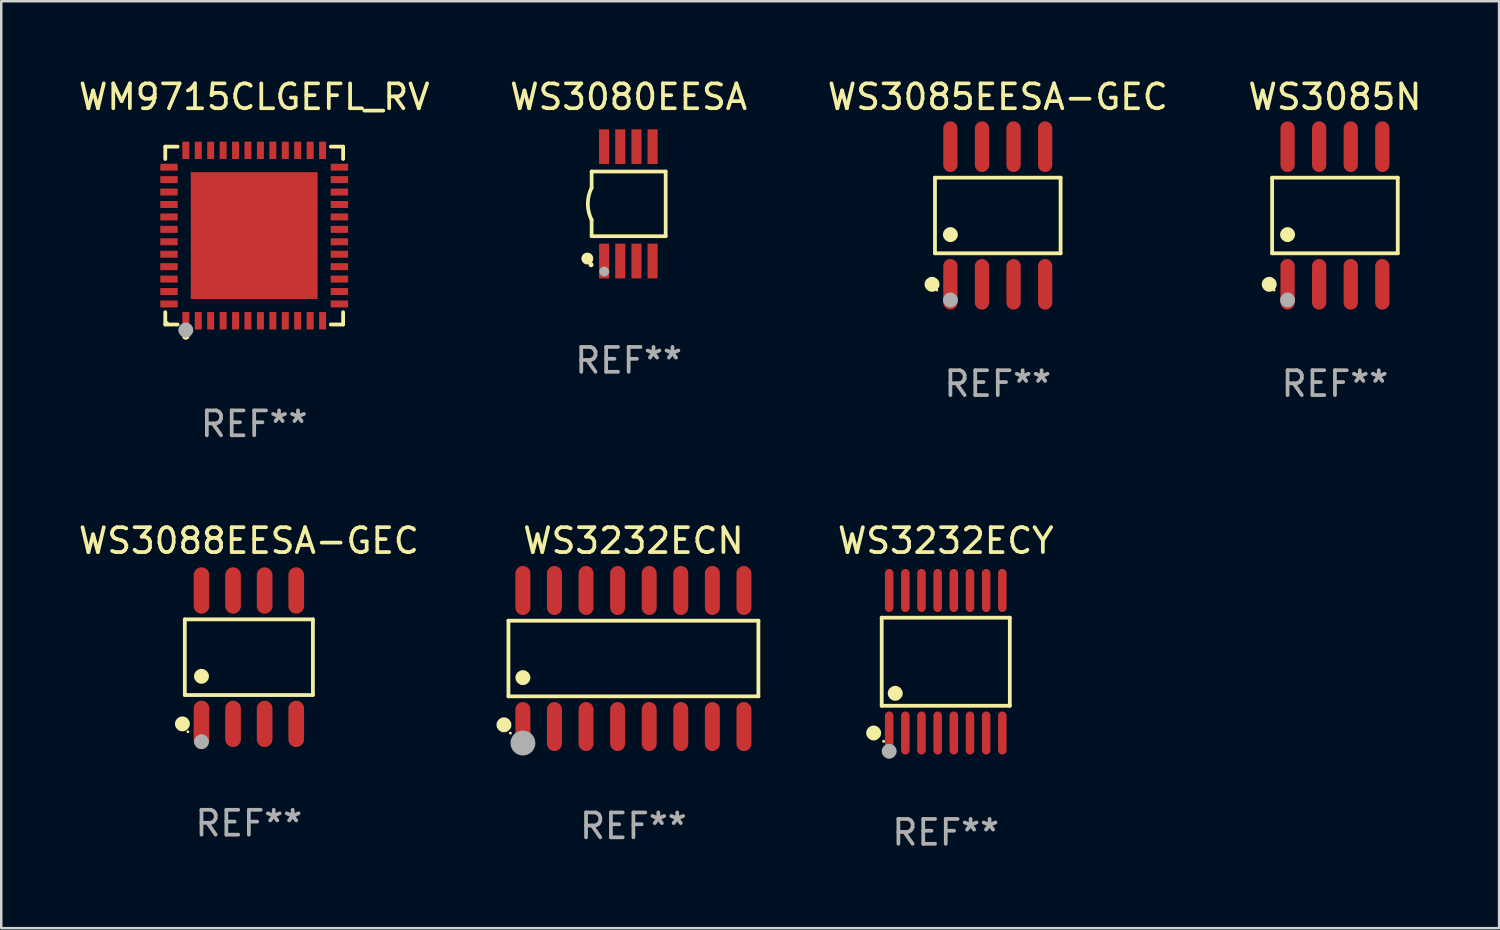
<source format=kicad_pcb>
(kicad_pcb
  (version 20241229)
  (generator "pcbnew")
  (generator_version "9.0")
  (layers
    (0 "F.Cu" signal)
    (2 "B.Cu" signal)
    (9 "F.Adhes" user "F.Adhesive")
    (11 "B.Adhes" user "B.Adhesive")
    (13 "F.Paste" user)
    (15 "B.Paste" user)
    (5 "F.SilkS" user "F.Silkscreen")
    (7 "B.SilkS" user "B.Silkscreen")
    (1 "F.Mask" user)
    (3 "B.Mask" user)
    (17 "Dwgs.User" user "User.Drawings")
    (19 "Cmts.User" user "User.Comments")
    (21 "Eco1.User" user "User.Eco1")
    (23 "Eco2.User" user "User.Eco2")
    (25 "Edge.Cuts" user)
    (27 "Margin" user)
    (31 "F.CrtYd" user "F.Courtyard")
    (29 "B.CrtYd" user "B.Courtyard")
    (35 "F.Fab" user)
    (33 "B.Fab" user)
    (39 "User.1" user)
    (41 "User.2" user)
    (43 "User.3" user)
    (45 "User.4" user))
  (footprint "WM9715CLGEFL_RV"
    (layer "F.Cu")
    (at 7.173 6.424)
    (property "Reference" "WM9715CLGEFL_RV" (at 0 -5.576 0) (layer "F.SilkS") (effects (font (size 1 1) (thickness 0.15))))
    (attr through_hole)
    (fp_line (start -3.576 -3.576) (end -3.081 -3.576) (stroke (width 0.152) (type solid)) (layer "F.SilkS"))
    (fp_line (start -3.576 -3.081) (end -3.576 -3.576) (stroke (width 0.152) (type solid)) (layer "F.SilkS"))
    (fp_line (start -3.576 3.081) (end -3.576 3.576) (stroke (width 0.152) (type solid)) (layer "F.SilkS"))
    (fp_line (start -3.576 3.576) (end -3.081 3.576) (stroke (width 0.152) (type solid)) (layer "F.SilkS"))
    (fp_line (start 3.576 -3.576) (end 3.081 -3.576) (stroke (width 0.152) (type solid)) (layer "F.SilkS"))
    (fp_line (start 3.576 -3.081) (end 3.576 -3.576) (stroke (width 0.152) (type solid)) (layer "F.SilkS"))
    (fp_line (start 3.576 3.081) (end 3.576 3.576) (stroke (width 0.152) (type solid)) (layer "F.SilkS"))
    (fp_line (start 3.576 3.576) (end 3.081 3.576) (stroke (width 0.152) (type solid)) (layer "F.SilkS"))
    (fp_circle (center -3.5 3.5) (end -3.47 3.5) (stroke (width 0.06) (type solid)) (fill no) (layer "F.SilkS"))
    (fp_circle (center -2.75 4.04) (end -2.675 4.04) (stroke (width 0.15) (type solid)) (fill no) (layer "F.SilkS"))
    (fp_circle (center -2.75 3.8) (end -2.6 3.8) (stroke (width 0.3) (type solid)) (fill no) (layer "F.Fab"))
    (fp_text user "REF**" (at 0 7.576 0) (layer "F.Fab") (effects (font (size 1 1) (thickness 0.15))))
    (pad "1" smd rect (at -2.75 3.427) (size 0.28 0.7) (layers "F.Cu" "F.Mask" "F.Paste"))
    (pad "2" smd rect (at -2.25 3.427) (size 0.28 0.7) (layers "F.Cu" "F.Mask" "F.Paste"))
    (pad "3" smd rect (at -1.75 3.427) (size 0.28 0.7) (layers "F.Cu" "F.Mask" "F.Paste"))
    (pad "4" smd rect (at -1.25 3.427) (size 0.28 0.7) (layers "F.Cu" "F.Mask" "F.Paste"))
    (pad "5" smd rect (at -0.75 3.427) (size 0.28 0.7) (layers "F.Cu" "F.Mask" "F.Paste"))
    (pad "6" smd rect (at -0.25 3.427) (size 0.28 0.7) (layers "F.Cu" "F.Mask" "F.Paste"))
    (pad "7" smd rect (at 0.25 3.427) (size 0.28 0.7) (layers "F.Cu" "F.Mask" "F.Paste"))
    (pad "8" smd rect (at 0.75 3.427) (size 0.28 0.7) (layers "F.Cu" "F.Mask" "F.Paste"))
    (pad "9" smd rect (at 1.25 3.427) (size 0.28 0.7) (layers "F.Cu" "F.Mask" "F.Paste"))
    (pad "10" smd rect (at 1.75 3.427) (size 0.28 0.7) (layers "F.Cu" "F.Mask" "F.Paste"))
    (pad "11" smd rect (at 2.25 3.427) (size 0.28 0.7) (layers "F.Cu" "F.Mask" "F.Paste"))
    (pad "12" smd rect (at 2.75 3.427) (size 0.28 0.7) (layers "F.Cu" "F.Mask" "F.Paste"))
    (pad "13" smd rect (at 3.427 2.75) (size 0.7 0.28) (layers "F.Cu" "F.Mask" "F.Paste"))
    (pad "14" smd rect (at 3.427 2.25) (size 0.7 0.28) (layers "F.Cu" "F.Mask" "F.Paste"))
    (pad "15" smd rect (at 3.427 1.75) (size 0.7 0.28) (layers "F.Cu" "F.Mask" "F.Paste"))
    (pad "16" smd rect (at 3.427 1.25) (size 0.7 0.28) (layers "F.Cu" "F.Mask" "F.Paste"))
    (pad "17" smd rect (at 3.427 0.75) (size 0.7 0.28) (layers "F.Cu" "F.Mask" "F.Paste"))
    (pad "18" smd rect (at 3.427 0.25) (size 0.7 0.28) (layers "F.Cu" "F.Mask" "F.Paste"))
    (pad "19" smd rect (at 3.427 -0.25) (size 0.7 0.28) (layers "F.Cu" "F.Mask" "F.Paste"))
    (pad "20" smd rect (at 3.427 -0.75) (size 0.7 0.28) (layers "F.Cu" "F.Mask" "F.Paste"))
    (pad "21" smd rect (at 3.427 -1.25) (size 0.7 0.28) (layers "F.Cu" "F.Mask" "F.Paste"))
    (pad "22" smd rect (at 3.427 -1.75) (size 0.7 0.28) (layers "F.Cu" "F.Mask" "F.Paste"))
    (pad "23" smd rect (at 3.427 -2.25) (size 0.7 0.28) (layers "F.Cu" "F.Mask" "F.Paste"))
    (pad "24" smd rect (at 3.427 -2.75) (size 0.7 0.28) (layers "F.Cu" "F.Mask" "F.Paste"))
    (pad "25" smd rect (at 2.75 -3.427) (size 0.28 0.7) (layers "F.Cu" "F.Mask" "F.Paste"))
    (pad "26" smd rect (at 2.25 -3.427) (size 0.28 0.7) (layers "F.Cu" "F.Mask" "F.Paste"))
    (pad "27" smd rect (at 1.75 -3.427) (size 0.28 0.7) (layers "F.Cu" "F.Mask" "F.Paste"))
    (pad "28" smd rect (at 1.25 -3.427) (size 0.28 0.7) (layers "F.Cu" "F.Mask" "F.Paste"))
    (pad "29" smd rect (at 0.75 -3.427) (size 0.28 0.7) (layers "F.Cu" "F.Mask" "F.Paste"))
    (pad "30" smd rect (at 0.25 -3.427) (size 0.28 0.7) (layers "F.Cu" "F.Mask" "F.Paste"))
    (pad "31" smd rect (at -0.25 -3.427) (size 0.28 0.7) (layers "F.Cu" "F.Mask" "F.Paste"))
    (pad "32" smd rect (at -0.75 -3.427) (size 0.28 0.7) (layers "F.Cu" "F.Mask" "F.Paste"))
    (pad "33" smd rect (at -1.25 -3.427) (size 0.28 0.7) (layers "F.Cu" "F.Mask" "F.Paste"))
    (pad "34" smd rect (at -1.75 -3.427) (size 0.28 0.7) (layers "F.Cu" "F.Mask" "F.Paste"))
    (pad "35" smd rect (at -2.25 -3.427) (size 0.28 0.7) (layers "F.Cu" "F.Mask" "F.Paste"))
    (pad "36" smd rect (at -2.75 -3.427) (size 0.28 0.7) (layers "F.Cu" "F.Mask" "F.Paste"))
    (pad "37" smd rect (at -3.427 -2.75) (size 0.7 0.28) (layers "F.Cu" "F.Mask" "F.Paste"))
    (pad "38" smd rect (at -3.427 -2.25) (size 0.7 0.28) (layers "F.Cu" "F.Mask" "F.Paste"))
    (pad "39" smd rect (at -3.427 -1.75) (size 0.7 0.28) (layers "F.Cu" "F.Mask" "F.Paste"))
    (pad "40" smd rect (at -3.427 -1.25) (size 0.7 0.28) (layers "F.Cu" "F.Mask" "F.Paste"))
    (pad "41" smd rect (at -3.427 -0.75) (size 0.7 0.28) (layers "F.Cu" "F.Mask" "F.Paste"))
    (pad "42" smd rect (at -3.427 -0.25) (size 0.7 0.28) (layers "F.Cu" "F.Mask" "F.Paste"))
    (pad "43" smd rect (at -3.427 0.25) (size 0.7 0.28) (layers "F.Cu" "F.Mask" "F.Paste"))
    (pad "44" smd rect (at -3.427 0.75) (size 0.7 0.28) (layers "F.Cu" "F.Mask" "F.Paste"))
    (pad "45" smd rect (at -3.427 1.25) (size 0.7 0.28) (layers "F.Cu" "F.Mask" "F.Paste"))
    (pad "46" smd rect (at -3.427 1.75) (size 0.7 0.28) (layers "F.Cu" "F.Mask" "F.Paste"))
    (pad "47" smd rect (at -3.427 2.25) (size 0.7 0.28) (layers "F.Cu" "F.Mask" "F.Paste"))
    (pad "48" smd rect (at -3.427 2.75) (size 0.7 0.28) (layers "F.Cu" "F.Mask" "F.Paste"))
    (pad "49" smd rect (at 0 0) (size 5.1 5.1) (layers "F.Cu" "F.Mask" "F.Paste")))
  (footprint "WS3088EESA-GEC"
    (layer "F.Cu")
    (at 6.958 23.38)
    (property "Reference" "WS3088EESA-GEC" (at 0 -4.682 0) (layer "F.SilkS") (effects (font (size 1 1) (thickness 0.15))))
    (attr through_hole)
    (fp_line (start -2.576 -1.521) (end 2.576 -1.521) (stroke (width 0.152) (type solid)) (layer "F.SilkS"))
    (fp_line (start -2.576 1.521) (end -2.576 -1.521) (stroke (width 0.152) (type solid)) (layer "F.SilkS"))
    (fp_line (start 2.576 -1.521) (end 2.576 1.521) (stroke (width 0.152) (type solid)) (layer "F.SilkS"))
    (fp_line (start 2.576 1.521) (end -2.576 1.521) (stroke (width 0.152) (type solid)) (layer "F.SilkS"))
    (fp_circle (center -2.672 2.682) (end -2.522 2.682) (stroke (width 0.3) (type solid)) (fill no) (layer "F.SilkS"))
    (fp_circle (center -2.45 3) (end -2.42 3) (stroke (width 0.06) (type solid)) (fill no) (layer "F.SilkS"))
    (fp_circle (center -1.905 0.769) (end -1.755 0.769) (stroke (width 0.3) (type solid)) (fill no) (layer "F.SilkS"))
    (fp_circle (center -1.905 3.4) (end -1.755 3.4) (stroke (width 0.3) (type solid)) (fill no) (layer "F.Fab"))
    (fp_text user "REF**" (at 0 6.682 0) (layer "F.Fab") (effects (font (size 1 1) (thickness 0.15))))
    (pad "1" smd oval (at -1.905 2.682) (size 0.63 1.865) (layers "F.Cu" "F.Mask" "F.Paste"))
    (pad "2" smd oval (at -0.635 2.682) (size 0.63 1.865) (layers "F.Cu" "F.Mask" "F.Paste"))
    (pad "3" smd oval (at 0.635 2.682) (size 0.63 1.865) (layers "F.Cu" "F.Mask" "F.Paste"))
    (pad "4" smd oval (at 1.905 2.682) (size 0.63 1.865) (layers "F.Cu" "F.Mask" "F.Paste"))
    (pad "5" smd oval (at 1.905 -2.682) (size 0.63 1.865) (layers "F.Cu" "F.Mask" "F.Paste"))
    (pad "6" smd oval (at 0.635 -2.682) (size 0.63 1.865) (layers "F.Cu" "F.Mask" "F.Paste"))
    (pad "7" smd oval (at -0.635 -2.682) (size 0.63 1.865) (layers "F.Cu" "F.Mask" "F.Paste"))
    (pad "8" smd oval (at -1.905 -2.682) (size 0.63 1.865) (layers "F.Cu" "F.Mask" "F.Paste")))
  (footprint "WS3085EESA-GEC"
    (layer "F.Cu")
    (at 37.077 5.616)
    (property "Reference" "WS3085EESA-GEC" (at 0 -4.768 0) (layer "F.SilkS") (effects (font (size 1 1) (thickness 0.15))))
    (attr through_hole)
    (fp_line (start -2.526 -1.521) (end 2.526 -1.521) (stroke (width 0.152) (type solid)) (layer "F.SilkS"))
    (fp_line (start -2.526 1.521) (end -2.526 -1.521) (stroke (width 0.152) (type solid)) (layer "F.SilkS"))
    (fp_line (start 2.526 -1.521) (end 2.526 1.521) (stroke (width 0.152) (type solid)) (layer "F.SilkS"))
    (fp_line (start 2.526 1.521) (end -2.526 1.521) (stroke (width 0.152) (type solid)) (layer "F.SilkS"))
    (fp_circle (center -2.644 2.768) (end -2.494 2.768) (stroke (width 0.3) (type solid)) (fill no) (layer "F.SilkS"))
    (fp_circle (center -2.45 2.998) (end -2.42 2.998) (stroke (width 0.06) (type solid)) (fill no) (layer "F.SilkS"))
    (fp_circle (center -1.905 0.769) (end -1.755 0.769) (stroke (width 0.3) (type solid)) (fill no) (layer "F.SilkS"))
    (fp_circle (center -1.905 3.398) (end -1.755 3.398) (stroke (width 0.3) (type solid)) (fill no) (layer "F.Fab"))
    (fp_text user "REF**" (at 0 6.768 0) (layer "F.Fab") (effects (font (size 1 1) (thickness 0.15))))
    (pad "1" smd oval (at -1.905 2.768) (size 0.574 2.036) (layers "F.Cu" "F.Mask" "F.Paste"))
    (pad "2" smd oval (at -0.635 2.768) (size 0.574 2.036) (layers "F.Cu" "F.Mask" "F.Paste"))
    (pad "3" smd oval (at 0.635 2.768) (size 0.574 2.036) (layers "F.Cu" "F.Mask" "F.Paste"))
    (pad "4" smd oval (at 1.905 2.768) (size 0.574 2.036) (layers "F.Cu" "F.Mask" "F.Paste"))
    (pad "5" smd oval (at 1.905 -2.768) (size 0.574 2.036) (layers "F.Cu" "F.Mask" "F.Paste"))
    (pad "6" smd oval (at 0.635 -2.768) (size 0.574 2.036) (layers "F.Cu" "F.Mask" "F.Paste"))
    (pad "7" smd oval (at -0.635 -2.768) (size 0.574 2.036) (layers "F.Cu" "F.Mask" "F.Paste"))
    (pad "8" smd oval (at -1.905 -2.768) (size 0.574 2.036) (layers "F.Cu" "F.Mask" "F.Paste")))
  (footprint "WS3085N"
    (layer "F.Cu")
    (at 50.637 5.616)
    (property "Reference" "WS3085N" (at 0 -4.768 0) (layer "F.SilkS") (effects (font (size 1 1) (thickness 0.15))))
    (attr through_hole)
    (fp_line (start -2.526 -1.521) (end 2.526 -1.521) (stroke (width 0.152) (type solid)) (layer "F.SilkS"))
    (fp_line (start -2.526 1.521) (end -2.526 -1.521) (stroke (width 0.152) (type solid)) (layer "F.SilkS"))
    (fp_line (start 2.526 -1.521) (end 2.526 1.521) (stroke (width 0.152) (type solid)) (layer "F.SilkS"))
    (fp_line (start 2.526 1.521) (end -2.526 1.521) (stroke (width 0.152) (type solid)) (layer "F.SilkS"))
    (fp_circle (center -2.644 2.768) (end -2.494 2.768) (stroke (width 0.3) (type solid)) (fill no) (layer "F.SilkS"))
    (fp_circle (center -2.45 2.998) (end -2.42 2.998) (stroke (width 0.06) (type solid)) (fill no) (layer "F.SilkS"))
    (fp_circle (center -1.905 0.769) (end -1.755 0.769) (stroke (width 0.3) (type solid)) (fill no) (layer "F.SilkS"))
    (fp_circle (center -1.905 3.398) (end -1.755 3.398) (stroke (width 0.3) (type solid)) (fill no) (layer "F.Fab"))
    (fp_text user "REF**" (at 0 6.768 0) (layer "F.Fab") (effects (font (size 1 1) (thickness 0.15))))
    (pad "1" smd oval (at -1.905 2.768) (size 0.574 2.036) (layers "F.Cu" "F.Mask" "F.Paste"))
    (pad "2" smd oval (at -0.635 2.768) (size 0.574 2.036) (layers "F.Cu" "F.Mask" "F.Paste"))
    (pad "3" smd oval (at 0.635 2.768) (size 0.574 2.036) (layers "F.Cu" "F.Mask" "F.Paste"))
    (pad "4" smd oval (at 1.905 2.768) (size 0.574 2.036) (layers "F.Cu" "F.Mask" "F.Paste"))
    (pad "5" smd oval (at 1.905 -2.768) (size 0.574 2.036) (layers "F.Cu" "F.Mask" "F.Paste"))
    (pad "6" smd oval (at 0.635 -2.768) (size 0.574 2.036) (layers "F.Cu" "F.Mask" "F.Paste"))
    (pad "7" smd oval (at -0.635 -2.768) (size 0.574 2.036) (layers "F.Cu" "F.Mask" "F.Paste"))
    (pad "8" smd oval (at -1.905 -2.768) (size 0.574 2.036) (layers "F.Cu" "F.Mask" "F.Paste")))
  (footprint "WS3080EESA"
    (layer "F.Cu")
    (at 22.232 5.148)
    (property "Reference" "WS3080EESA" (at 0 -4.3 0) (layer "F.SilkS") (effects (font (size 1 1) (thickness 0.15))))
    (attr through_hole)
    (fp_line (start -1.489 -1.3) (end -1.489 -0.648) (stroke (width 0.15) (type solid)) (layer "F.SilkS"))
    (fp_line (start -1.489 0.648) (end -1.489 1.3) (stroke (width 0.15) (type solid)) (layer "F.SilkS"))
    (fp_line (start -1.489 1.3) (end 1.489 1.3) (stroke (width 0.15) (type solid)) (layer "F.SilkS"))
    (fp_line (start 1.489 -1.3) (end -1.489 -1.3) (stroke (width 0.15) (type solid)) (layer "F.SilkS"))
    (fp_line (start 1.489 1.3) (end 1.489 -1.3) (stroke (width 0.15) (type solid)) (layer "F.SilkS"))
    (fp_arc (start -1.489205 0.647702) (mid -1.642107 0) (end -1.489205 -0.647701) (stroke (width 0.150013) (type solid)) (layer "F.SilkS"))
    (fp_circle (center -1.661 2.2) (end -1.541 2.2) (stroke (width 0.24) (type solid)) (fill no) (layer "F.SilkS"))
    (fp_circle (center -1.511 2.45) (end -1.461 2.45) (stroke (width 0.1) (type solid)) (fill no) (layer "F.SilkS"))
    (fp_circle (center -0.981 2.72) (end -0.881 2.72) (stroke (width 0.2) (type solid)) (fill no) (layer "F.Fab"))
    (fp_text user "REF**" (at 0 6.3 0) (layer "F.Fab") (effects (font (size 1 1) (thickness 0.15))))
    (pad "1" smd rect (at -0.986 2.3) (size 0.406 1.397) (layers "F.Cu" "F.Mask" "F.Paste"))
    (pad "2" smd rect (at -0.336 2.3) (size 0.406 1.397) (layers "F.Cu" "F.Mask" "F.Paste"))
    (pad "3" smd rect (at 0.314 2.3) (size 0.406 1.397) (layers "F.Cu" "F.Mask" "F.Paste"))
    (pad "4" smd rect (at 0.964 2.3) (size 0.406 1.397) (layers "F.Cu" "F.Mask" "F.Paste"))
    (pad "5" smd rect (at 0.964 -2.3) (size 0.406 1.397) (layers "F.Cu" "F.Mask" "F.Paste"))
    (pad "6" smd rect (at 0.314 -2.3) (size 0.406 1.397) (layers "F.Cu" "F.Mask" "F.Paste"))
    (pad "7" smd rect (at -0.336 -2.3) (size 0.406 1.397) (layers "F.Cu" "F.Mask" "F.Paste"))
    (pad "8" smd rect (at -0.986 -2.3) (size 0.406 1.397) (layers "F.Cu" "F.Mask" "F.Paste")))
  (footprint "WS3232ECY"
    (layer "F.Cu")
    (at 34.985 23.563)
    (property "Reference" "WS3232ECY" (at 0 -4.866 0) (layer "F.SilkS") (effects (font (size 1 1) (thickness 0.15))))
    (attr through_hole)
    (fp_line (start -2.576 -1.772) (end 2.576 -1.772) (stroke (width 0.152) (type solid)) (layer "F.SilkS"))
    (fp_line (start -2.576 1.771) (end -2.576 -1.772) (stroke (width 0.152) (type solid)) (layer "F.SilkS"))
    (fp_line (start 2.576 -1.772) (end 2.576 1.771) (stroke (width 0.152) (type solid)) (layer "F.SilkS"))
    (fp_line (start 2.576 1.771) (end -2.576 1.771) (stroke (width 0.152) (type solid)) (layer "F.SilkS"))
    (fp_circle (center -2.899 2.866) (end -2.749 2.866) (stroke (width 0.3) (type solid)) (fill no) (layer "F.SilkS"))
    (fp_circle (center -2.5 3.2) (end -2.47 3.2) (stroke (width 0.06) (type solid)) (fill no) (layer "F.SilkS"))
    (fp_circle (center -2.032 1.27) (end -1.882 1.27) (stroke (width 0.3) (type solid)) (fill no) (layer "F.SilkS"))
    (fp_circle (center -2.275 3.6) (end -2.125 3.6) (stroke (width 0.3) (type solid)) (fill no) (layer "F.Fab"))
    (fp_text user "REF**" (at 0 6.866 0) (layer "F.Fab") (effects (font (size 1 1) (thickness 0.15))))
    (pad "1" smd oval (at -2.275 2.866) (size 0.343 1.731) (layers "F.Cu" "F.Mask" "F.Paste"))
    (pad "2" smd oval (at -1.625 2.866) (size 0.343 1.731) (layers "F.Cu" "F.Mask" "F.Paste"))
    (pad "3" smd oval (at -0.975 2.866) (size 0.343 1.731) (layers "F.Cu" "F.Mask" "F.Paste"))
    (pad "4" smd oval (at -0.325 2.866) (size 0.343 1.731) (layers "F.Cu" "F.Mask" "F.Paste"))
    (pad "5" smd oval (at 0.325 2.866) (size 0.343 1.731) (layers "F.Cu" "F.Mask" "F.Paste"))
    (pad "6" smd oval (at 0.975 2.866) (size 0.343 1.731) (layers "F.Cu" "F.Mask" "F.Paste"))
    (pad "7" smd oval (at 1.625 2.866) (size 0.343 1.731) (layers "F.Cu" "F.Mask" "F.Paste"))
    (pad "8" smd oval (at 2.275 2.866) (size 0.343 1.731) (layers "F.Cu" "F.Mask" "F.Paste"))
    (pad "9" smd oval (at 2.275 -2.866) (size 0.343 1.731) (layers "F.Cu" "F.Mask" "F.Paste"))
    (pad "10" smd oval (at 1.625 -2.866) (size 0.343 1.731) (layers "F.Cu" "F.Mask" "F.Paste"))
    (pad "11" smd oval (at 0.975 -2.866) (size 0.343 1.731) (layers "F.Cu" "F.Mask" "F.Paste"))
    (pad "12" smd oval (at 0.325 -2.866) (size 0.343 1.731) (layers "F.Cu" "F.Mask" "F.Paste"))
    (pad "13" smd oval (at -0.325 -2.866) (size 0.343 1.731) (layers "F.Cu" "F.Mask" "F.Paste"))
    (pad "14" smd oval (at -0.975 -2.866) (size 0.343 1.731) (layers "F.Cu" "F.Mask" "F.Paste"))
    (pad "15" smd oval (at -1.625 -2.866) (size 0.343 1.731) (layers "F.Cu" "F.Mask" "F.Paste"))
    (pad "16" smd oval (at -2.275 -2.866) (size 0.343 1.731) (layers "F.Cu" "F.Mask" "F.Paste")))
  (footprint "WS3232ECN"
    (layer "F.Cu")
    (at 22.424 23.433)
    (property "Reference" "WS3232ECN" (at 0 -4.736 0) (layer "F.SilkS") (effects (font (size 1 1) (thickness 0.15))))
    (attr through_hole)
    (fp_line (start -5.026 -1.521) (end 5.026 -1.521) (stroke (width 0.152) (type solid)) (layer "F.SilkS"))
    (fp_line (start -5.026 1.521) (end -5.026 -1.521) (stroke (width 0.152) (type solid)) (layer "F.SilkS"))
    (fp_line (start 5.026 -1.521) (end 5.026 1.521) (stroke (width 0.152) (type solid)) (layer "F.SilkS"))
    (fp_line (start 5.026 1.521) (end -5.026 1.521) (stroke (width 0.152) (type solid)) (layer "F.SilkS"))
    (fp_circle (center -5.207 2.667) (end -5.057 2.667) (stroke (width 0.3) (type solid)) (fill no) (layer "F.SilkS"))
    (fp_circle (center -4.95 3) (end -4.92 3) (stroke (width 0.06) (type solid)) (fill no) (layer "F.SilkS"))
    (fp_circle (center -4.445 0.769) (end -4.295 0.769) (stroke (width 0.3) (type solid)) (fill no) (layer "F.SilkS"))
    (fp_circle (center -4.445 3.4) (end -4.195 3.4) (stroke (width 0.5) (type solid)) (fill no) (layer "F.Fab"))
    (fp_text user "REF**" (at 0 6.736 0) (layer "F.Fab") (effects (font (size 1 1) (thickness 0.15))))
    (pad "1" smd oval (at -4.445 2.736) (size 0.602 1.971) (layers "F.Cu" "F.Mask" "F.Paste"))
    (pad "2" smd oval (at -3.175 2.736) (size 0.602 1.971) (layers "F.Cu" "F.Mask" "F.Paste"))
    (pad "3" smd oval (at -1.905 2.736) (size 0.602 1.971) (layers "F.Cu" "F.Mask" "F.Paste"))
    (pad "4" smd oval (at -0.635 2.736) (size 0.602 1.971) (layers "F.Cu" "F.Mask" "F.Paste"))
    (pad "5" smd oval (at 0.635 2.736) (size 0.602 1.971) (layers "F.Cu" "F.Mask" "F.Paste"))
    (pad "6" smd oval (at 1.905 2.736) (size 0.602 1.971) (layers "F.Cu" "F.Mask" "F.Paste"))
    (pad "7" smd oval (at 3.175 2.736) (size 0.602 1.971) (layers "F.Cu" "F.Mask" "F.Paste"))
    (pad "8" smd oval (at 4.445 2.736) (size 0.602 1.971) (layers "F.Cu" "F.Mask" "F.Paste"))
    (pad "9" smd oval (at 4.445 -2.736) (size 0.602 1.971) (layers "F.Cu" "F.Mask" "F.Paste"))
    (pad "10" smd oval (at 3.175 -2.736) (size 0.602 1.971) (layers "F.Cu" "F.Mask" "F.Paste"))
    (pad "11" smd oval (at 1.905 -2.736) (size 0.602 1.971) (layers "F.Cu" "F.Mask" "F.Paste"))
    (pad "12" smd oval (at 0.635 -2.736) (size 0.602 1.971) (layers "F.Cu" "F.Mask" "F.Paste"))
    (pad "13" smd oval (at -0.635 -2.736) (size 0.602 1.971) (layers "F.Cu" "F.Mask" "F.Paste"))
    (pad "14" smd oval (at -1.905 -2.736) (size 0.602 1.971) (layers "F.Cu" "F.Mask" "F.Paste"))
    (pad "15" smd oval (at -3.175 -2.736) (size 0.602 1.971) (layers "F.Cu" "F.Mask" "F.Paste"))
    (pad "16" smd oval (at -4.445 -2.736) (size 0.602 1.971) (layers "F.Cu" "F.Mask" "F.Paste")))
  (gr_rect
    (start -3 -3)
    (end 57.238 34.277)
    (stroke (width 0.1) (type default))
    (fill no)
    (layer "Edge.Cuts")))
</source>
